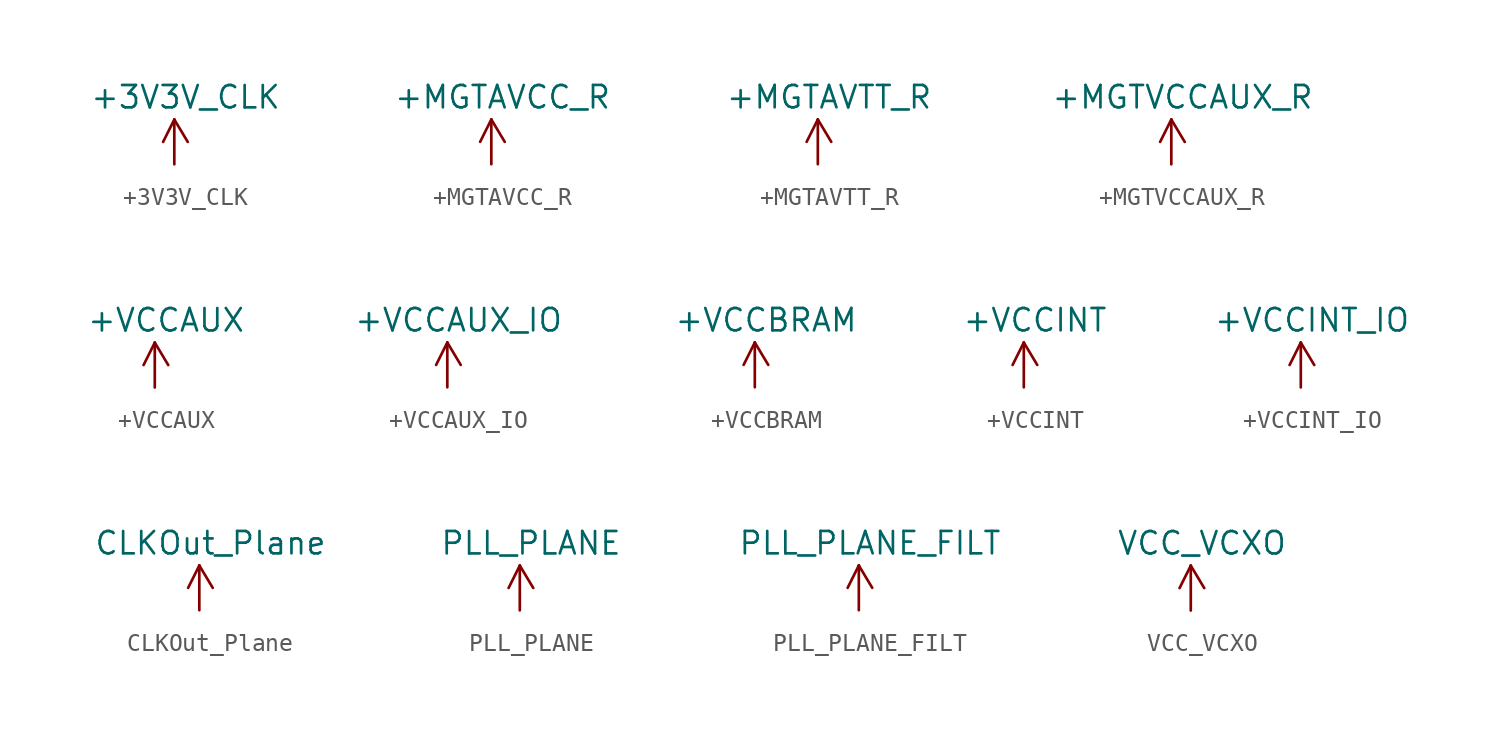
<source format=kicad_sym>
(kicad_symbol_lib
  (version 20220914)
  (generator kicad_symbol_editor)
  (symbol "+3V3V_CLK"
    (power)
    (property "Reference" "#PWR"
      (at 4.445 1.27 0)
      (effects (font (size 1.27 1.27)) hide))
    (property "Value" "+3V3V_CLK"
      (at 0.635 3.81 0)
      (effects (font (size 1.27 1.27))))
    (symbol "+3V3V_CLK_0_1"
      (polyline (pts (xy 0 0) (xy 0 2.54)) (stroke (width 0) (type default)) (fill (type none)))
      (polyline (pts (xy 0 2.54) (xy -0.635 1.27)) (stroke (width 0) (type default)) (fill (type none)))
      (polyline (pts (xy 0 2.54) (xy 0.762 1.27)) (stroke (width 0) (type default)) (fill (type none))))
    (symbol "+3V3V_CLK_1_1"
      (pin power_in line (at 0 0 90) (length 0) hide (name "+3V3V_CLK" (effects (font (size 1.27 1.27)))) (number "1" (effects (font (size 1.27 1.27)))))))
  (symbol "+MGTAVCC_R"
    (power)
    (property "Reference" "#PWR"
      (at 4.445 1.27 0)
      (effects (font (size 1.27 1.27)) hide))
    (property "Value" "+MGTAVCC_R"
      (at 0.635 3.81 0)
      (effects (font (size 1.27 1.27))))
    (symbol "+MGTAVCC_R_0_1"
      (polyline (pts (xy 0 0) (xy 0 2.54)) (stroke (width 0) (type default)) (fill (type none)))
      (polyline (pts (xy 0 2.54) (xy -0.635 1.27)) (stroke (width 0) (type default)) (fill (type none)))
      (polyline (pts (xy 0 2.54) (xy 0.762 1.27)) (stroke (width 0) (type default)) (fill (type none))))
    (symbol "+MGTAVCC_R_1_1"
      (pin power_in line (at 0 0 90) (length 0) hide (name "+3V3V_CLK" (effects (font (size 1.27 1.27)))) (number "1" (effects (font (size 1.27 1.27)))))))
  (symbol "+MGTAVTT_R"
    (power)
    (property "Reference" "#PWR"
      (at 4.445 1.27 0)
      (effects (font (size 1.27 1.27)) hide))
    (property "Value" "+MGTAVTT_R"
      (at 0.635 3.81 0)
      (effects (font (size 1.27 1.27))))
    (symbol "+MGTAVTT_R_0_1"
      (polyline (pts (xy 0 0) (xy 0 2.54)) (stroke (width 0) (type default)) (fill (type none)))
      (polyline (pts (xy 0 2.54) (xy -0.635 1.27)) (stroke (width 0) (type default)) (fill (type none)))
      (polyline (pts (xy 0 2.54) (xy 0.762 1.27)) (stroke (width 0) (type default)) (fill (type none))))
    (symbol "+MGTAVTT_R_1_1"
      (pin power_in line (at 0 0 90) (length 0) hide (name "+3V3V_CLK" (effects (font (size 1.27 1.27)))) (number "1" (effects (font (size 1.27 1.27)))))))
  (symbol "+MGTVCCAUX_R"
    (power)
    (property "Reference" "#PWR"
      (at 4.445 1.27 0)
      (effects (font (size 1.27 1.27)) hide))
    (property "Value" "+MGTVCCAUX_R"
      (at 0.635 3.81 0)
      (effects (font (size 1.27 1.27))))
    (symbol "+MGTVCCAUX_R_0_1"
      (polyline (pts (xy 0 0) (xy 0 2.54)) (stroke (width 0) (type default)) (fill (type none)))
      (polyline (pts (xy 0 2.54) (xy -0.635 1.27)) (stroke (width 0) (type default)) (fill (type none)))
      (polyline (pts (xy 0 2.54) (xy 0.762 1.27)) (stroke (width 0) (type default)) (fill (type none))))
    (symbol "+MGTVCCAUX_R_1_1"
      (pin power_in line (at 0 0 90) (length 0) hide (name "+3V3V_CLK" (effects (font (size 1.27 1.27)))) (number "1" (effects (font (size 1.27 1.27)))))))
  (symbol "+VCCAUX"
    (power)
    (property "Reference" "#PWR"
      (at 4.445 1.27 0)
      (effects (font (size 1.27 1.27)) hide))
    (property "Value" "+VCCAUX"
      (at 0.635 3.81 0)
      (effects (font (size 1.27 1.27))))
    (symbol "+VCCAUX_0_1"
      (polyline (pts (xy 0 0) (xy 0 2.54)) (stroke (width 0) (type default)) (fill (type none)))
      (polyline (pts (xy 0 2.54) (xy -0.635 1.27)) (stroke (width 0) (type default)) (fill (type none)))
      (polyline (pts (xy 0 2.54) (xy 0.762 1.27)) (stroke (width 0) (type default)) (fill (type none))))
    (symbol "+VCCAUX_1_1"
      (pin power_in line (at 0 0 90) (length 0) hide (name "+3V3V_CLK" (effects (font (size 1.27 1.27)))) (number "1" (effects (font (size 1.27 1.27)))))))
  (symbol "+VCCAUX_IO"
    (power)
    (property "Reference" "#PWR"
      (at 4.445 1.27 0)
      (effects (font (size 1.27 1.27)) hide))
    (property "Value" "+VCCAUX_IO"
      (at 0.635 3.81 0)
      (effects (font (size 1.27 1.27))))
    (symbol "+VCCAUX_IO_0_1"
      (polyline (pts (xy 0 0) (xy 0 2.54)) (stroke (width 0) (type default)) (fill (type none)))
      (polyline (pts (xy 0 2.54) (xy -0.635 1.27)) (stroke (width 0) (type default)) (fill (type none)))
      (polyline (pts (xy 0 2.54) (xy 0.762 1.27)) (stroke (width 0) (type default)) (fill (type none))))
    (symbol "+VCCAUX_IO_1_1"
      (pin power_in line (at 0 0 90) (length 0) hide (name "+3V3V_CLK" (effects (font (size 1.27 1.27)))) (number "1" (effects (font (size 1.27 1.27)))))))
  (symbol "+VCCBRAM"
    (power)
    (property "Reference" "#PWR"
      (at 4.445 1.27 0)
      (effects (font (size 1.27 1.27)) hide))
    (property "Value" "+VCCBRAM"
      (at 0.635 3.81 0)
      (effects (font (size 1.27 1.27))))
    (symbol "+VCCBRAM_0_1"
      (polyline (pts (xy 0 0) (xy 0 2.54)) (stroke (width 0) (type default)) (fill (type none)))
      (polyline (pts (xy 0 2.54) (xy -0.635 1.27)) (stroke (width 0) (type default)) (fill (type none)))
      (polyline (pts (xy 0 2.54) (xy 0.762 1.27)) (stroke (width 0) (type default)) (fill (type none))))
    (symbol "+VCCBRAM_1_1"
      (pin power_in line (at 0 0 90) (length 0) hide (name "+3V3V_CLK" (effects (font (size 1.27 1.27)))) (number "1" (effects (font (size 1.27 1.27)))))))
  (symbol "+VCCINT"
    (power)
    (property "Reference" "#PWR"
      (at 4.445 1.27 0)
      (effects (font (size 1.27 1.27)) hide))
    (property "Value" "+VCCINT"
      (at 0.635 3.81 0)
      (effects (font (size 1.27 1.27))))
    (symbol "+VCCINT_0_1"
      (polyline (pts (xy 0 0) (xy 0 2.54)) (stroke (width 0) (type default)) (fill (type none)))
      (polyline (pts (xy 0 2.54) (xy -0.635 1.27)) (stroke (width 0) (type default)) (fill (type none)))
      (polyline (pts (xy 0 2.54) (xy 0.762 1.27)) (stroke (width 0) (type default)) (fill (type none))))
    (symbol "+VCCINT_1_1"
      (pin power_in line (at 0 0 90) (length 0) hide (name "+3V3V_CLK" (effects (font (size 1.27 1.27)))) (number "1" (effects (font (size 1.27 1.27)))))))
  (symbol "+VCCINT_IO"
    (power)
    (property "Reference" "#PWR"
      (at 4.445 1.27 0)
      (effects (font (size 1.27 1.27)) hide))
    (property "Value" "+VCCINT_IO"
      (at 0.635 3.81 0)
      (effects (font (size 1.27 1.27))))
    (symbol "+VCCINT_IO_0_1"
      (polyline (pts (xy 0 0) (xy 0 2.54)) (stroke (width 0) (type default)) (fill (type none)))
      (polyline (pts (xy 0 2.54) (xy -0.635 1.27)) (stroke (width 0) (type default)) (fill (type none)))
      (polyline (pts (xy 0 2.54) (xy 0.762 1.27)) (stroke (width 0) (type default)) (fill (type none))))
    (symbol "+VCCINT_IO_1_1"
      (pin power_in line (at 0 0 90) (length 0) hide (name "+3V3V_CLK" (effects (font (size 1.27 1.27)))) (number "1" (effects (font (size 1.27 1.27)))))))
  (symbol "CLKOut_Plane"
    (power)
    (property "Reference" "#PWR"
      (at 4.445 1.27 0)
      (effects (font (size 1.27 1.27)) hide))
    (property "Value" "CLKOut_Plane"
      (at 0.635 3.81 0)
      (effects (font (size 1.27 1.27))))
    (symbol "CLKOut_Plane_0_1"
      (polyline (pts (xy 0 0) (xy 0 2.54)) (stroke (width 0) (type default)) (fill (type none)))
      (polyline (pts (xy 0 2.54) (xy -0.635 1.27)) (stroke (width 0) (type default)) (fill (type none)))
      (polyline (pts (xy 0 2.54) (xy 0.762 1.27)) (stroke (width 0) (type default)) (fill (type none))))
    (symbol "CLKOut_Plane_1_1"
      (pin power_in line (at 0 0 90) (length 0) hide (name "CLKOut_PLANE" (effects (font (size 1.27 1.27)))) (number "1" (effects (font (size 1.27 1.27)))))))
  (symbol "PLL_PLANE"
    (power)
    (property "Reference" "#PWR"
      (at 4.445 1.27 0)
      (effects (font (size 1.27 1.27)) hide))
    (property "Value" "PLL_PLANE"
      (at 0.635 3.81 0)
      (effects (font (size 1.27 1.27))))
    (symbol "PLL_PLANE_0_1"
      (polyline (pts (xy 0 0) (xy 0 2.54)) (stroke (width 0) (type default)) (fill (type none)))
      (polyline (pts (xy 0 2.54) (xy -0.635 1.27)) (stroke (width 0) (type default)) (fill (type none)))
      (polyline (pts (xy 0 2.54) (xy 0.762 1.27)) (stroke (width 0) (type default)) (fill (type none))))
    (symbol "PLL_PLANE_1_1"
      (pin power_in line (at 0 0 90) (length 0) hide (name "PLL_PLANE" (effects (font (size 1.27 1.27)))) (number "1" (effects (font (size 1.27 1.27)))))))
  (symbol "PLL_PLANE_FILT"
    (power)
    (property "Reference" "#PWR"
      (at 4.445 1.27 0)
      (effects (font (size 1.27 1.27)) hide))
    (property "Value" "PLL_PLANE_FILT"
      (at 0.635 3.81 0)
      (effects (font (size 1.27 1.27))))
    (symbol "PLL_PLANE_FILT_0_1"
      (polyline (pts (xy 0 0) (xy 0 2.54)) (stroke (width 0) (type default)) (fill (type none)))
      (polyline (pts (xy 0 2.54) (xy -0.635 1.27)) (stroke (width 0) (type default)) (fill (type none)))
      (polyline (pts (xy 0 2.54) (xy 0.762 1.27)) (stroke (width 0) (type default)) (fill (type none))))
    (symbol "PLL_PLANE_FILT_1_1"
      (pin power_in line (at 0 0 90) (length 0) hide (name "PLL_PLANE_FILT" (effects (font (size 1.27 1.27)))) (number "1" (effects (font (size 1.27 1.27)))))))
  (symbol "VCC_VCXO"
    (power)
    (property "Reference" "#PWR"
      (at 4.445 1.27 0)
      (effects (font (size 1.27 1.27)) hide))
    (property "Value" "VCC_VCXO"
      (at 0.635 3.81 0)
      (effects (font (size 1.27 1.27))))
    (symbol "VCC_VCXO_0_1"
      (polyline (pts (xy 0 0) (xy 0 2.54)) (stroke (width 0) (type default)) (fill (type none)))
      (polyline (pts (xy 0 2.54) (xy -0.635 1.27)) (stroke (width 0) (type default)) (fill (type none)))
      (polyline (pts (xy 0 2.54) (xy 0.762 1.27)) (stroke (width 0) (type default)) (fill (type none))))
    (symbol "VCC_VCXO_1_1"
      (pin power_in line (at 0 0 90) (length 0) hide (name "VCC_VCXO" (effects (font (size 1.27 1.27)))) (number "1" (effects (font (size 1.27 1.27))))))))
</source>
